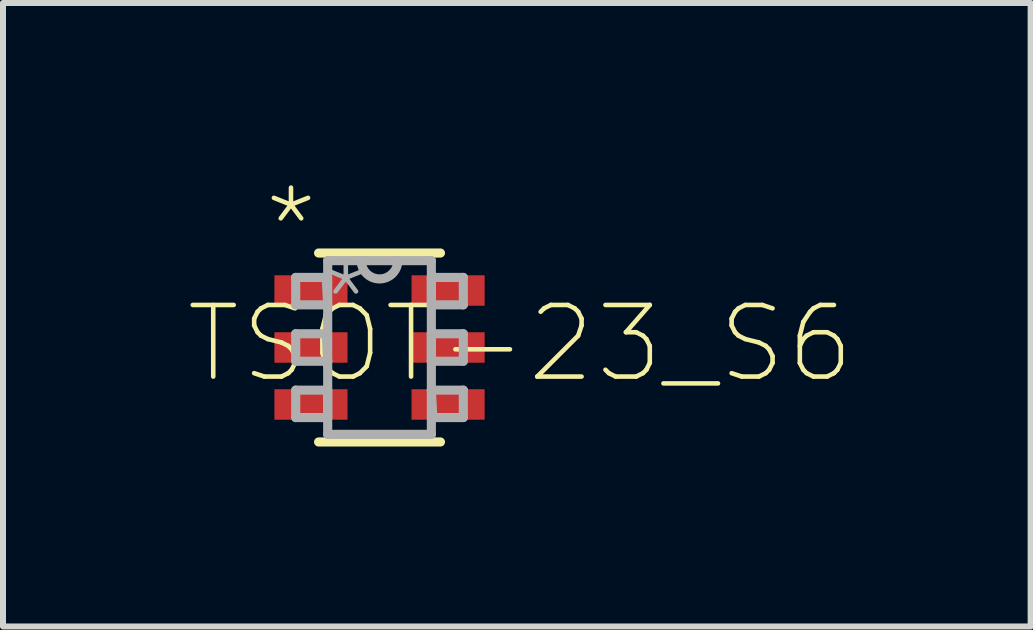
<source format=kicad_pcb>
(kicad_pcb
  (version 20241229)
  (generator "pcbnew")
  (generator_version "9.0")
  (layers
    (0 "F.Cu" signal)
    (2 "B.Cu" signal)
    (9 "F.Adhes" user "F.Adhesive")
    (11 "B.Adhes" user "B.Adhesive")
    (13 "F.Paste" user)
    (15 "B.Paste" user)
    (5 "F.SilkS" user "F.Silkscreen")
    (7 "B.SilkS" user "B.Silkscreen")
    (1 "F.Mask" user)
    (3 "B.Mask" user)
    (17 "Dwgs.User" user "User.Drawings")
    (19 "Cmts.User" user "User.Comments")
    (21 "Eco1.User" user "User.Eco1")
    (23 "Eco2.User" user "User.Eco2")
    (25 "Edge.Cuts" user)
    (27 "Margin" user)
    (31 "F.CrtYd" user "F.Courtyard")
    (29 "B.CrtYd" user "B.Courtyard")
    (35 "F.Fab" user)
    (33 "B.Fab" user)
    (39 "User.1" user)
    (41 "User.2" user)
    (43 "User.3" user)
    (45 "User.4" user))
  (footprint "TSOT-23_S6"
    (layer "F.Cu")
    (at 3.277 2.743)
    (property "Reference" "TSOT-23_S6" (at -3.277 0.635 0) (layer "F.SilkS") (effects (font (size 1.194 1.194) (thickness 0.076)) (justify left bottom)))
    (fp_line (start -1.016 1.575) (end 1.016 1.575) (stroke (width 0.152) (type solid)) (layer "F.SilkS"))
    (fp_line (start 1.016 -1.575) (end -1.016 -1.575) (stroke (width 0.152) (type solid)) (layer "F.SilkS"))
    (fp_line (start -1.397 -1.168) (end -1.397 -0.711) (stroke (width 0.152) (type solid)) (layer "F.Fab"))
    (fp_line (start -1.397 -0.711) (end -0.864 -0.711) (stroke (width 0.152) (type solid)) (layer "F.Fab"))
    (fp_line (start -1.397 -0.229) (end -1.397 0.229) (stroke (width 0.152) (type solid)) (layer "F.Fab"))
    (fp_line (start -1.397 0.229) (end -0.864 0.229) (stroke (width 0.152) (type solid)) (layer "F.Fab"))
    (fp_line (start -1.397 0.711) (end -1.397 1.168) (stroke (width 0.152) (type solid)) (layer "F.Fab"))
    (fp_line (start -1.397 1.168) (end -0.864 1.168) (stroke (width 0.152) (type solid)) (layer "F.Fab"))
    (fp_line (start -0.889 -1.168) (end -1.397 -1.168) (stroke (width 0.152) (type solid)) (layer "F.Fab"))
    (fp_line (start -0.889 -0.229) (end -1.397 -0.229) (stroke (width 0.152) (type solid)) (layer "F.Fab"))
    (fp_line (start -0.864 -1.448) (end -0.864 1.448) (stroke (width 0.152) (type solid)) (layer "F.Fab"))
    (fp_line (start -0.864 -0.711) (end -0.889 -1.168) (stroke (width 0.152) (type solid)) (layer "F.Fab"))
    (fp_line (start -0.864 0.229) (end -0.889 -0.229) (stroke (width 0.152) (type solid)) (layer "F.Fab"))
    (fp_line (start -0.864 0.711) (end -1.397 0.711) (stroke (width 0.152) (type solid)) (layer "F.Fab"))
    (fp_line (start -0.864 1.168) (end -0.864 0.711) (stroke (width 0.152) (type solid)) (layer "F.Fab"))
    (fp_line (start -0.864 1.448) (end 0.864 1.448) (stroke (width 0.152) (type solid)) (layer "F.Fab"))
    (fp_line (start -0.305 -1.448) (end -0.864 -1.448) (stroke (width 0.152) (type solid)) (layer "F.Fab"))
    (fp_line (start 0.305 -1.448) (end -0.305 -1.448) (stroke (width 0.152) (type solid)) (layer "F.Fab"))
    (fp_line (start 0.864 -1.448) (end 0.305 -1.448) (stroke (width 0.152) (type solid)) (layer "F.Fab"))
    (fp_line (start 0.864 -1.168) (end 0.864 -0.711) (stroke (width 0.152) (type solid)) (layer "F.Fab"))
    (fp_line (start 0.864 -0.711) (end 1.397 -0.711) (stroke (width 0.152) (type solid)) (layer "F.Fab"))
    (fp_line (start 0.864 -0.229) (end 0.864 0.229) (stroke (width 0.152) (type solid)) (layer "F.Fab"))
    (fp_line (start 0.864 0.229) (end 1.397 0.229) (stroke (width 0.152) (type solid)) (layer "F.Fab"))
    (fp_line (start 0.864 0.711) (end 0.889 1.168) (stroke (width 0.152) (type solid)) (layer "F.Fab"))
    (fp_line (start 0.864 1.448) (end 0.864 -1.448) (stroke (width 0.152) (type solid)) (layer "F.Fab"))
    (fp_line (start 0.889 1.168) (end 1.397 1.168) (stroke (width 0.152) (type solid)) (layer "F.Fab"))
    (fp_line (start 1.397 -1.168) (end 0.864 -1.168) (stroke (width 0.152) (type solid)) (layer "F.Fab"))
    (fp_line (start 1.397 -0.711) (end 1.397 -1.168) (stroke (width 0.152) (type solid)) (layer "F.Fab"))
    (fp_line (start 1.397 -0.229) (end 0.864 -0.229) (stroke (width 0.152) (type solid)) (layer "F.Fab"))
    (fp_line (start 1.397 0.229) (end 1.397 -0.229) (stroke (width 0.152) (type solid)) (layer "F.Fab"))
    (fp_line (start 1.397 0.711) (end 0.864 0.711) (stroke (width 0.152) (type solid)) (layer "F.Fab"))
    (fp_line (start 1.397 1.168) (end 1.397 0.711) (stroke (width 0.152) (type solid)) (layer "F.Fab"))
    (fp_arc (start 0.3048 -1.4478) (mid 0 -1.143) (end -0.3048 -1.4478) (stroke (width 0.1524) (type solid)) (layer "F.Fab"))
    (fp_text user "*" (at -1.981 -1.321 0) (layer "F.SilkS") (effects (font (size 1.194 1.194) (thickness 0.076)) (justify left bottom)))
    (fp_text user "*" (at -1.067 -0.102 0) (layer "F.Fab") (effects (font (size 1.194 1.194) (thickness 0.076)) (justify left bottom)))
    (pad "1" smd rect (at -1.143 -0.95) (size 1.219 0.508) (layers "F.Cu" "F.Mask" "F.Paste"))
    (pad "2" smd rect (at -1.143 0) (size 1.219 0.508) (layers "F.Cu" "F.Mask" "F.Paste"))
    (pad "3" smd rect (at -1.143 0.95) (size 1.219 0.508) (layers "F.Cu" "F.Mask" "F.Paste"))
    (pad "4" smd rect (at 1.143 0.95) (size 1.219 0.508) (layers "F.Cu" "F.Mask" "F.Paste"))
    (pad "5" smd rect (at 1.143 0) (size 1.219 0.508) (layers "F.Cu" "F.Mask" "F.Paste"))
    (pad "6" smd rect (at 1.143 -0.95) (size 1.219 0.508) (layers "F.Cu" "F.Mask" "F.Paste")))
  (gr_rect
    (start -3 -3)
    (end 14.132 7.394)
    (stroke (width 0.1) (type default))
    (fill no)
    (layer "Edge.Cuts")))
</source>
